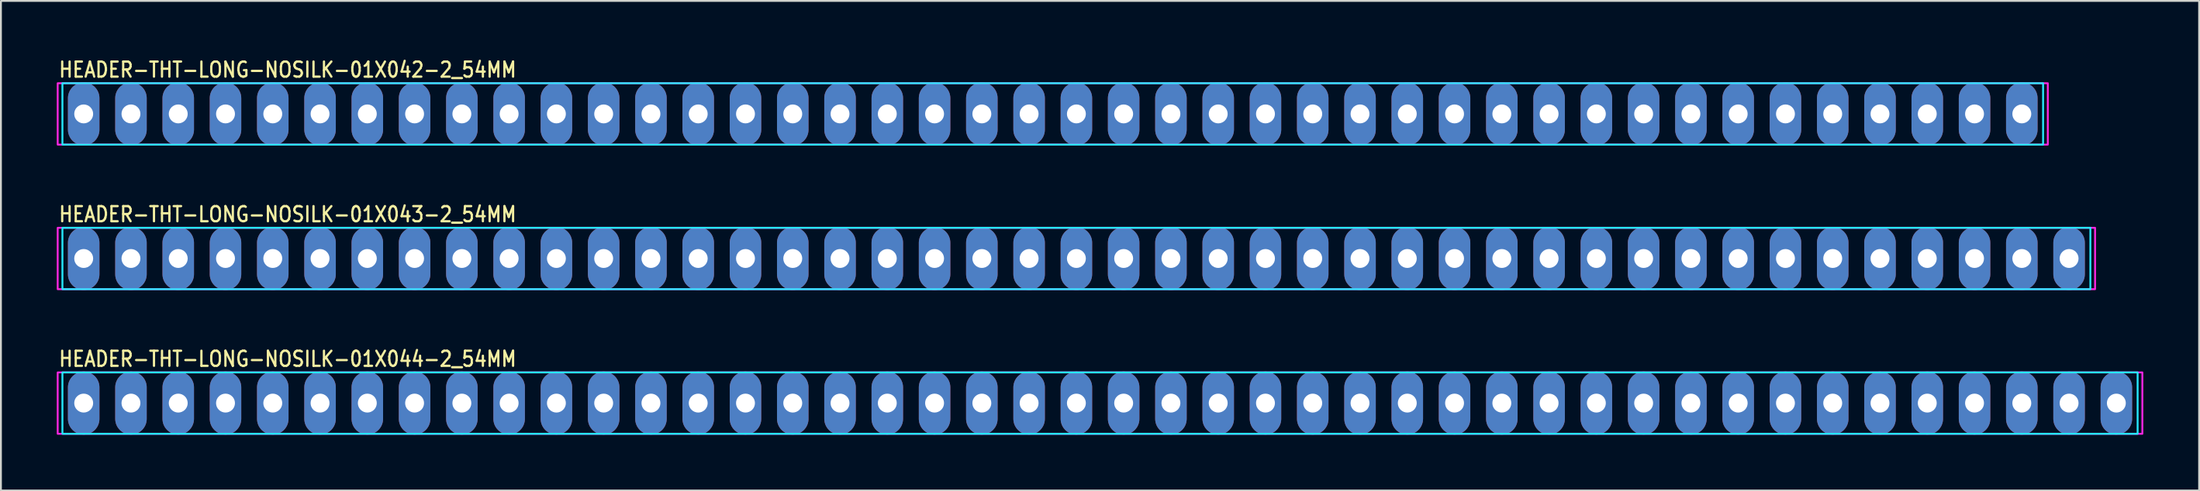
<source format=kicad_pcb>
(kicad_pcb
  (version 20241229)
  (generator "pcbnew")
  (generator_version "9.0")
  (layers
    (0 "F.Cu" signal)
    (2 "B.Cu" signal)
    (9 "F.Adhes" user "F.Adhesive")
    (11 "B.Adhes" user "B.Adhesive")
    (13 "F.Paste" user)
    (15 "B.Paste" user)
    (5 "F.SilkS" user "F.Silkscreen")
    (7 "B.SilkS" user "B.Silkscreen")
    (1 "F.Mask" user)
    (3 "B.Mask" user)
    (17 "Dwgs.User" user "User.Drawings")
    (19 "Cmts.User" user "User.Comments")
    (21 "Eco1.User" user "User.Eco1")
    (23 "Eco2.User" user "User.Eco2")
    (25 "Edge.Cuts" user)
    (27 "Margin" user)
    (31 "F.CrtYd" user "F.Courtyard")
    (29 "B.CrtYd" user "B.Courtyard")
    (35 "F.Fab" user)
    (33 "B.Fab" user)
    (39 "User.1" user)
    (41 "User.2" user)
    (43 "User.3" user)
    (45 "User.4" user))
  (footprint "HEADER-THT-LONG-NOSILK-01X043-2_54MM"
    (layer "F.Cu")
    (at 1.447 10.858)
    (property "Reference" "HEADER-THT-LONG-NOSILK-01X043-2_54MM" (at -1.4 -1.9 0) (unlocked yes) (layer "F.SilkS") (effects (font (size 0.813 0.695) (thickness 0.122)) (justify left bottom)))
    (fp_poly (pts (xy -1.143 -1.651) (xy 107.823 -1.651) (xy 107.823 1.651) (xy -1.143 1.651)) (stroke (width 0.1) (type solid)) (fill no) (layer "B.CrtYd"))
    (fp_poly (pts (xy -1.397 -1.651) (xy 108.077 -1.651) (xy 108.077 1.651) (xy -1.397 1.651)) (stroke (width 0.1) (type solid)) (fill no) (layer "F.CrtYd"))
    (pad "P$1" thru_hole oval (at 0 0 90) (size 3.387 1.693) (drill 1.016) (layers "*.Cu" "*.Mask"))
    (pad "P$2" thru_hole oval (at 2.54 0 90) (size 3.387 1.693) (drill 1.016) (layers "*.Cu" "*.Mask"))
    (pad "P$3" thru_hole oval (at 5.08 0 90) (size 3.387 1.693) (drill 1.016) (layers "*.Cu" "*.Mask"))
    (pad "P$4" thru_hole oval (at 7.62 0 90) (size 3.387 1.693) (drill 1.016) (layers "*.Cu" "*.Mask"))
    (pad "P$5" thru_hole oval (at 10.16 0 90) (size 3.387 1.693) (drill 1.016) (layers "*.Cu" "*.Mask"))
    (pad "P$6" thru_hole oval (at 12.7 0 90) (size 3.387 1.693) (drill 1.016) (layers "*.Cu" "*.Mask"))
    (pad "P$7" thru_hole oval (at 15.24 0 90) (size 3.387 1.693) (drill 1.016) (layers "*.Cu" "*.Mask"))
    (pad "P$8" thru_hole oval (at 17.78 0 90) (size 3.387 1.693) (drill 1.016) (layers "*.Cu" "*.Mask"))
    (pad "P$9" thru_hole oval (at 20.32 0 90) (size 3.387 1.693) (drill 1.016) (layers "*.Cu" "*.Mask"))
    (pad "P$10" thru_hole oval (at 22.86 0 90) (size 3.387 1.693) (drill 1.016) (layers "*.Cu" "*.Mask"))
    (pad "P$11" thru_hole oval (at 25.4 0 90) (size 3.387 1.693) (drill 1.016) (layers "*.Cu" "*.Mask"))
    (pad "P$12" thru_hole oval (at 27.94 0 90) (size 3.387 1.693) (drill 1.016) (layers "*.Cu" "*.Mask"))
    (pad "P$13" thru_hole oval (at 30.48 0 90) (size 3.387 1.693) (drill 1.016) (layers "*.Cu" "*.Mask"))
    (pad "P$14" thru_hole oval (at 33.02 0 90) (size 3.387 1.693) (drill 1.016) (layers "*.Cu" "*.Mask"))
    (pad "P$15" thru_hole oval (at 35.56 0 90) (size 3.387 1.693) (drill 1.016) (layers "*.Cu" "*.Mask"))
    (pad "P$16" thru_hole oval (at 38.1 0 90) (size 3.387 1.693) (drill 1.016) (layers "*.Cu" "*.Mask"))
    (pad "P$17" thru_hole oval (at 40.64 0 90) (size 3.387 1.693) (drill 1.016) (layers "*.Cu" "*.Mask"))
    (pad "P$18" thru_hole oval (at 43.18 0 90) (size 3.387 1.693) (drill 1.016) (layers "*.Cu" "*.Mask"))
    (pad "P$19" thru_hole oval (at 45.72 0 90) (size 3.387 1.693) (drill 1.016) (layers "*.Cu" "*.Mask"))
    (pad "P$20" thru_hole oval (at 48.26 0 90) (size 3.387 1.693) (drill 1.016) (layers "*.Cu" "*.Mask"))
    (pad "P$21" thru_hole oval (at 50.8 0 90) (size 3.387 1.693) (drill 1.016) (layers "*.Cu" "*.Mask"))
    (pad "P$22" thru_hole oval (at 53.34 0 90) (size 3.387 1.693) (drill 1.016) (layers "*.Cu" "*.Mask"))
    (pad "P$23" thru_hole oval (at 55.88 0 90) (size 3.387 1.693) (drill 1.016) (layers "*.Cu" "*.Mask"))
    (pad "P$24" thru_hole oval (at 58.42 0 90) (size 3.387 1.693) (drill 1.016) (layers "*.Cu" "*.Mask"))
    (pad "P$25" thru_hole oval (at 60.96 0 90) (size 3.387 1.693) (drill 1.016) (layers "*.Cu" "*.Mask"))
    (pad "P$26" thru_hole oval (at 63.5 0 90) (size 3.387 1.693) (drill 1.016) (layers "*.Cu" "*.Mask"))
    (pad "P$27" thru_hole oval (at 66.04 0 90) (size 3.387 1.693) (drill 1.016) (layers "*.Cu" "*.Mask"))
    (pad "P$28" thru_hole oval (at 68.58 0 90) (size 3.387 1.693) (drill 1.016) (layers "*.Cu" "*.Mask"))
    (pad "P$29" thru_hole oval (at 71.12 0 90) (size 3.387 1.693) (drill 1.016) (layers "*.Cu" "*.Mask"))
    (pad "P$30" thru_hole oval (at 73.66 0 90) (size 3.387 1.693) (drill 1.016) (layers "*.Cu" "*.Mask"))
    (pad "P$31" thru_hole oval (at 76.2 0 90) (size 3.387 1.693) (drill 1.016) (layers "*.Cu" "*.Mask"))
    (pad "P$32" thru_hole oval (at 78.74 0 90) (size 3.387 1.693) (drill 1.016) (layers "*.Cu" "*.Mask"))
    (pad "P$33" thru_hole oval (at 81.28 0 90) (size 3.387 1.693) (drill 1.016) (layers "*.Cu" "*.Mask"))
    (pad "P$34" thru_hole oval (at 83.82 0 90) (size 3.387 1.693) (drill 1.016) (layers "*.Cu" "*.Mask"))
    (pad "P$35" thru_hole oval (at 86.36 0 90) (size 3.387 1.693) (drill 1.016) (layers "*.Cu" "*.Mask"))
    (pad "P$36" thru_hole oval (at 88.9 0 90) (size 3.387 1.693) (drill 1.016) (layers "*.Cu" "*.Mask"))
    (pad "P$37" thru_hole oval (at 91.44 0 90) (size 3.387 1.693) (drill 1.016) (layers "*.Cu" "*.Mask"))
    (pad "P$38" thru_hole oval (at 93.98 0 90) (size 3.387 1.693) (drill 1.016) (layers "*.Cu" "*.Mask"))
    (pad "P$39" thru_hole oval (at 96.52 0 90) (size 3.387 1.693) (drill 1.016) (layers "*.Cu" "*.Mask"))
    (pad "P$40" thru_hole oval (at 99.06 0 90) (size 3.387 1.693) (drill 1.016) (layers "*.Cu" "*.Mask"))
    (pad "P$41" thru_hole oval (at 101.6 0 90) (size 3.387 1.693) (drill 1.016) (layers "*.Cu" "*.Mask"))
    (pad "P$42" thru_hole oval (at 104.14 0 90) (size 3.387 1.693) (drill 1.016) (layers "*.Cu" "*.Mask"))
    (pad "P$43" thru_hole oval (at 106.68 0 90) (size 3.387 1.693) (drill 1.016) (layers "*.Cu" "*.Mask")))
  (footprint "HEADER-THT-LONG-NOSILK-01X042-2_54MM"
    (layer "F.Cu")
    (at 1.447 3.079)
    (property "Reference" "HEADER-THT-LONG-NOSILK-01X042-2_54MM" (at -1.4 -1.9 0) (unlocked yes) (layer "F.SilkS") (effects (font (size 0.813 0.695) (thickness 0.122)) (justify left bottom)))
    (fp_poly (pts (xy -1.143 -1.651) (xy 105.283 -1.651) (xy 105.283 1.651) (xy -1.143 1.651)) (stroke (width 0.1) (type solid)) (fill no) (layer "B.CrtYd"))
    (fp_poly (pts (xy -1.397 -1.651) (xy 105.537 -1.651) (xy 105.537 1.651) (xy -1.397 1.651)) (stroke (width 0.1) (type solid)) (fill no) (layer "F.CrtYd"))
    (pad "P$1" thru_hole oval (at 0 0 90) (size 3.387 1.693) (drill 1.016) (layers "*.Cu" "*.Mask"))
    (pad "P$2" thru_hole oval (at 2.54 0 90) (size 3.387 1.693) (drill 1.016) (layers "*.Cu" "*.Mask"))
    (pad "P$3" thru_hole oval (at 5.08 0 90) (size 3.387 1.693) (drill 1.016) (layers "*.Cu" "*.Mask"))
    (pad "P$4" thru_hole oval (at 7.62 0 90) (size 3.387 1.693) (drill 1.016) (layers "*.Cu" "*.Mask"))
    (pad "P$5" thru_hole oval (at 10.16 0 90) (size 3.387 1.693) (drill 1.016) (layers "*.Cu" "*.Mask"))
    (pad "P$6" thru_hole oval (at 12.7 0 90) (size 3.387 1.693) (drill 1.016) (layers "*.Cu" "*.Mask"))
    (pad "P$7" thru_hole oval (at 15.24 0 90) (size 3.387 1.693) (drill 1.016) (layers "*.Cu" "*.Mask"))
    (pad "P$8" thru_hole oval (at 17.78 0 90) (size 3.387 1.693) (drill 1.016) (layers "*.Cu" "*.Mask"))
    (pad "P$9" thru_hole oval (at 20.32 0 90) (size 3.387 1.693) (drill 1.016) (layers "*.Cu" "*.Mask"))
    (pad "P$10" thru_hole oval (at 22.86 0 90) (size 3.387 1.693) (drill 1.016) (layers "*.Cu" "*.Mask"))
    (pad "P$11" thru_hole oval (at 25.4 0 90) (size 3.387 1.693) (drill 1.016) (layers "*.Cu" "*.Mask"))
    (pad "P$12" thru_hole oval (at 27.94 0 90) (size 3.387 1.693) (drill 1.016) (layers "*.Cu" "*.Mask"))
    (pad "P$13" thru_hole oval (at 30.48 0 90) (size 3.387 1.693) (drill 1.016) (layers "*.Cu" "*.Mask"))
    (pad "P$14" thru_hole oval (at 33.02 0 90) (size 3.387 1.693) (drill 1.016) (layers "*.Cu" "*.Mask"))
    (pad "P$15" thru_hole oval (at 35.56 0 90) (size 3.387 1.693) (drill 1.016) (layers "*.Cu" "*.Mask"))
    (pad "P$16" thru_hole oval (at 38.1 0 90) (size 3.387 1.693) (drill 1.016) (layers "*.Cu" "*.Mask"))
    (pad "P$17" thru_hole oval (at 40.64 0 90) (size 3.387 1.693) (drill 1.016) (layers "*.Cu" "*.Mask"))
    (pad "P$18" thru_hole oval (at 43.18 0 90) (size 3.387 1.693) (drill 1.016) (layers "*.Cu" "*.Mask"))
    (pad "P$19" thru_hole oval (at 45.72 0 90) (size 3.387 1.693) (drill 1.016) (layers "*.Cu" "*.Mask"))
    (pad "P$20" thru_hole oval (at 48.26 0 90) (size 3.387 1.693) (drill 1.016) (layers "*.Cu" "*.Mask"))
    (pad "P$21" thru_hole oval (at 50.8 0 90) (size 3.387 1.693) (drill 1.016) (layers "*.Cu" "*.Mask"))
    (pad "P$22" thru_hole oval (at 53.34 0 90) (size 3.387 1.693) (drill 1.016) (layers "*.Cu" "*.Mask"))
    (pad "P$23" thru_hole oval (at 55.88 0 90) (size 3.387 1.693) (drill 1.016) (layers "*.Cu" "*.Mask"))
    (pad "P$24" thru_hole oval (at 58.42 0 90) (size 3.387 1.693) (drill 1.016) (layers "*.Cu" "*.Mask"))
    (pad "P$25" thru_hole oval (at 60.96 0 90) (size 3.387 1.693) (drill 1.016) (layers "*.Cu" "*.Mask"))
    (pad "P$26" thru_hole oval (at 63.5 0 90) (size 3.387 1.693) (drill 1.016) (layers "*.Cu" "*.Mask"))
    (pad "P$27" thru_hole oval (at 66.04 0 90) (size 3.387 1.693) (drill 1.016) (layers "*.Cu" "*.Mask"))
    (pad "P$28" thru_hole oval (at 68.58 0 90) (size 3.387 1.693) (drill 1.016) (layers "*.Cu" "*.Mask"))
    (pad "P$29" thru_hole oval (at 71.12 0 90) (size 3.387 1.693) (drill 1.016) (layers "*.Cu" "*.Mask"))
    (pad "P$30" thru_hole oval (at 73.66 0 90) (size 3.387 1.693) (drill 1.016) (layers "*.Cu" "*.Mask"))
    (pad "P$31" thru_hole oval (at 76.2 0 90) (size 3.387 1.693) (drill 1.016) (layers "*.Cu" "*.Mask"))
    (pad "P$32" thru_hole oval (at 78.74 0 90) (size 3.387 1.693) (drill 1.016) (layers "*.Cu" "*.Mask"))
    (pad "P$33" thru_hole oval (at 81.28 0 90) (size 3.387 1.693) (drill 1.016) (layers "*.Cu" "*.Mask"))
    (pad "P$34" thru_hole oval (at 83.82 0 90) (size 3.387 1.693) (drill 1.016) (layers "*.Cu" "*.Mask"))
    (pad "P$35" thru_hole oval (at 86.36 0 90) (size 3.387 1.693) (drill 1.016) (layers "*.Cu" "*.Mask"))
    (pad "P$36" thru_hole oval (at 88.9 0 90) (size 3.387 1.693) (drill 1.016) (layers "*.Cu" "*.Mask"))
    (pad "P$37" thru_hole oval (at 91.44 0 90) (size 3.387 1.693) (drill 1.016) (layers "*.Cu" "*.Mask"))
    (pad "P$38" thru_hole oval (at 93.98 0 90) (size 3.387 1.693) (drill 1.016) (layers "*.Cu" "*.Mask"))
    (pad "P$39" thru_hole oval (at 96.52 0 90) (size 3.387 1.693) (drill 1.016) (layers "*.Cu" "*.Mask"))
    (pad "P$40" thru_hole oval (at 99.06 0 90) (size 3.387 1.693) (drill 1.016) (layers "*.Cu" "*.Mask"))
    (pad "P$41" thru_hole oval (at 101.6 0 90) (size 3.387 1.693) (drill 1.016) (layers "*.Cu" "*.Mask"))
    (pad "P$42" thru_hole oval (at 104.14 0 90) (size 3.387 1.693) (drill 1.016) (layers "*.Cu" "*.Mask")))
  (footprint "HEADER-THT-LONG-NOSILK-01X044-2_54MM"
    (layer "F.Cu")
    (at 1.447 18.638)
    (property "Reference" "HEADER-THT-LONG-NOSILK-01X044-2_54MM" (at -1.4 -1.9 0) (unlocked yes) (layer "F.SilkS") (effects (font (size 0.813 0.695) (thickness 0.122)) (justify left bottom)))
    (fp_poly (pts (xy -1.143 -1.651) (xy 110.363 -1.651) (xy 110.363 1.651) (xy -1.143 1.651)) (stroke (width 0.1) (type solid)) (fill no) (layer "B.CrtYd"))
    (fp_poly (pts (xy -1.397 -1.651) (xy 110.617 -1.651) (xy 110.617 1.651) (xy -1.397 1.651)) (stroke (width 0.1) (type solid)) (fill no) (layer "F.CrtYd"))
    (pad "1" thru_hole oval (at 0 0 90) (size 3.387 1.693) (drill 1.016) (layers "*.Cu" "*.Mask"))
    (pad "2" thru_hole oval (at 2.54 0 90) (size 3.387 1.693) (drill 1.016) (layers "*.Cu" "*.Mask"))
    (pad "3" thru_hole oval (at 5.08 0 90) (size 3.387 1.693) (drill 1.016) (layers "*.Cu" "*.Mask"))
    (pad "4" thru_hole oval (at 7.62 0 90) (size 3.387 1.693) (drill 1.016) (layers "*.Cu" "*.Mask"))
    (pad "5" thru_hole oval (at 10.16 0 90) (size 3.387 1.693) (drill 1.016) (layers "*.Cu" "*.Mask"))
    (pad "6" thru_hole oval (at 12.7 0 90) (size 3.387 1.693) (drill 1.016) (layers "*.Cu" "*.Mask"))
    (pad "7" thru_hole oval (at 15.24 0 90) (size 3.387 1.693) (drill 1.016) (layers "*.Cu" "*.Mask"))
    (pad "8" thru_hole oval (at 17.78 0 90) (size 3.387 1.693) (drill 1.016) (layers "*.Cu" "*.Mask"))
    (pad "9" thru_hole oval (at 20.32 0 90) (size 3.387 1.693) (drill 1.016) (layers "*.Cu" "*.Mask"))
    (pad "10" thru_hole oval (at 22.86 0 90) (size 3.387 1.693) (drill 1.016) (layers "*.Cu" "*.Mask"))
    (pad "11" thru_hole oval (at 25.4 0 90) (size 3.387 1.693) (drill 1.016) (layers "*.Cu" "*.Mask"))
    (pad "12" thru_hole oval (at 27.94 0 90) (size 3.387 1.693) (drill 1.016) (layers "*.Cu" "*.Mask"))
    (pad "13" thru_hole oval (at 30.48 0 90) (size 3.387 1.693) (drill 1.016) (layers "*.Cu" "*.Mask"))
    (pad "14" thru_hole oval (at 33.02 0 90) (size 3.387 1.693) (drill 1.016) (layers "*.Cu" "*.Mask"))
    (pad "15" thru_hole oval (at 35.56 0 90) (size 3.387 1.693) (drill 1.016) (layers "*.Cu" "*.Mask"))
    (pad "16" thru_hole oval (at 38.1 0 90) (size 3.387 1.693) (drill 1.016) (layers "*.Cu" "*.Mask"))
    (pad "17" thru_hole oval (at 40.64 0 90) (size 3.387 1.693) (drill 1.016) (layers "*.Cu" "*.Mask"))
    (pad "18" thru_hole oval (at 43.18 0 90) (size 3.387 1.693) (drill 1.016) (layers "*.Cu" "*.Mask"))
    (pad "19" thru_hole oval (at 45.72 0 90) (size 3.387 1.693) (drill 1.016) (layers "*.Cu" "*.Mask"))
    (pad "20" thru_hole oval (at 48.26 0 90) (size 3.387 1.693) (drill 1.016) (layers "*.Cu" "*.Mask"))
    (pad "21" thru_hole oval (at 50.8 0 90) (size 3.387 1.693) (drill 1.016) (layers "*.Cu" "*.Mask"))
    (pad "22" thru_hole oval (at 53.34 0 90) (size 3.387 1.693) (drill 1.016) (layers "*.Cu" "*.Mask"))
    (pad "23" thru_hole oval (at 55.88 0 90) (size 3.387 1.693) (drill 1.016) (layers "*.Cu" "*.Mask"))
    (pad "24" thru_hole oval (at 58.42 0 90) (size 3.387 1.693) (drill 1.016) (layers "*.Cu" "*.Mask"))
    (pad "25" thru_hole oval (at 60.96 0 90) (size 3.387 1.693) (drill 1.016) (layers "*.Cu" "*.Mask"))
    (pad "26" thru_hole oval (at 63.5 0 90) (size 3.387 1.693) (drill 1.016) (layers "*.Cu" "*.Mask"))
    (pad "27" thru_hole oval (at 66.04 0 90) (size 3.387 1.693) (drill 1.016) (layers "*.Cu" "*.Mask"))
    (pad "28" thru_hole oval (at 68.58 0 90) (size 3.387 1.693) (drill 1.016) (layers "*.Cu" "*.Mask"))
    (pad "29" thru_hole oval (at 71.12 0 90) (size 3.387 1.693) (drill 1.016) (layers "*.Cu" "*.Mask"))
    (pad "30" thru_hole oval (at 73.66 0 90) (size 3.387 1.693) (drill 1.016) (layers "*.Cu" "*.Mask"))
    (pad "31" thru_hole oval (at 76.2 0 90) (size 3.387 1.693) (drill 1.016) (layers "*.Cu" "*.Mask"))
    (pad "32" thru_hole oval (at 78.74 0 90) (size 3.387 1.693) (drill 1.016) (layers "*.Cu" "*.Mask"))
    (pad "33" thru_hole oval (at 81.28 0 90) (size 3.387 1.693) (drill 1.016) (layers "*.Cu" "*.Mask"))
    (pad "34" thru_hole oval (at 83.82 0 90) (size 3.387 1.693) (drill 1.016) (layers "*.Cu" "*.Mask"))
    (pad "35" thru_hole oval (at 86.36 0 90) (size 3.387 1.693) (drill 1.016) (layers "*.Cu" "*.Mask"))
    (pad "36" thru_hole oval (at 88.9 0 90) (size 3.387 1.693) (drill 1.016) (layers "*.Cu" "*.Mask"))
    (pad "37" thru_hole oval (at 91.44 0 90) (size 3.387 1.693) (drill 1.016) (layers "*.Cu" "*.Mask"))
    (pad "38" thru_hole oval (at 93.98 0 90) (size 3.387 1.693) (drill 1.016) (layers "*.Cu" "*.Mask"))
    (pad "39" thru_hole oval (at 96.52 0 90) (size 3.387 1.693) (drill 1.016) (layers "*.Cu" "*.Mask"))
    (pad "40" thru_hole oval (at 99.06 0 90) (size 3.387 1.693) (drill 1.016) (layers "*.Cu" "*.Mask"))
    (pad "41" thru_hole oval (at 101.6 0 90) (size 3.387 1.693) (drill 1.016) (layers "*.Cu" "*.Mask"))
    (pad "42" thru_hole oval (at 104.14 0 90) (size 3.387 1.693) (drill 1.016) (layers "*.Cu" "*.Mask"))
    (pad "43" thru_hole oval (at 106.68 0 90) (size 3.387 1.693) (drill 1.016) (layers "*.Cu" "*.Mask"))
    (pad "44" thru_hole oval (at 109.22 0 90) (size 3.387 1.693) (drill 1.016) (layers "*.Cu" "*.Mask")))
  (gr_rect
    (start -3 -3)
    (end 115.114 23.339)
    (stroke (width 0.1) (type default))
    (fill no)
    (layer "Edge.Cuts")))
</source>
